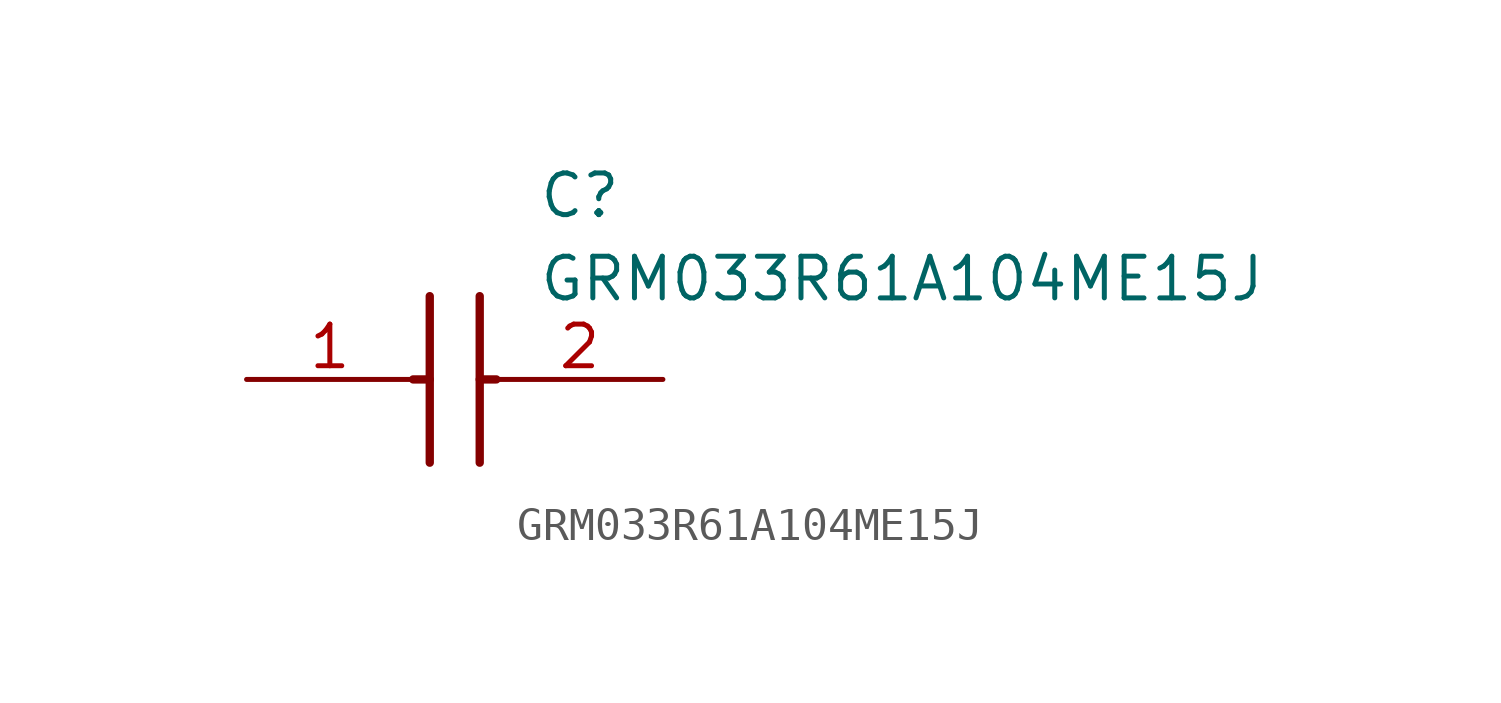
<source format=kicad_sym>
(kicad_symbol_lib
  (version 20211014)
  (generator SamacSys_ECAD_Model)
  (symbol "GRM033R61A104ME15J"
    (pin_names hide)
    (property "Reference" "C"
      (at 8.89 6.35 0)
      (effects (font (size 1.27 1.27)) (justify left top)))
    (property "Value" "GRM033R61A104ME15J"
      (at 8.89 3.81 0)
      (effects (font (size 1.27 1.27)) (justify left top)))
    (polyline
      (pts (xy 5.588 2.54) (xy 5.588 -2.54))
      (stroke (width 0.254) (type default))
      (fill (type none)))
    (polyline
      (pts (xy 7.112 2.54) (xy 7.112 -2.54))
      (stroke (width 0.254) (type default))
      (fill (type none)))
    (polyline
      (pts (xy 5.08 0) (xy 5.588 0))
      (stroke (width 0.254) (type default))
      (fill (type none)))
    (polyline
      (pts (xy 7.112 0) (xy 7.62 0))
      (stroke (width 0.254) (type default))
      (fill (type none)))
    (pin passive line
      (at 0 0 0)
      (length 5.08)
      (name "1" (effects (font (size 1.27 1.27))))
      (number "1" (effects (font (size 1.27 1.27)))))
    (pin passive line
      (at 12.7 0 180)
      (length 5.08)
      (name "2" (effects (font (size 1.27 1.27))))
      (number "2" (effects (font (size 1.27 1.27)))))))
</source>
